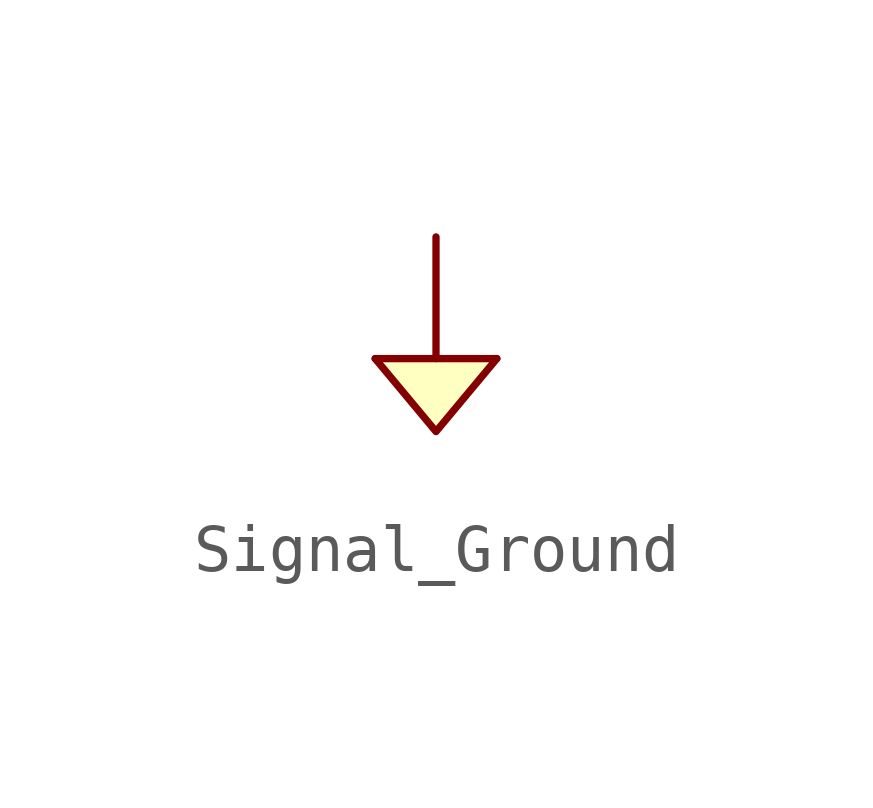
<source format=kicad_sym>
(kicad_symbol_lib
  (version 20231120)
  (generator "kicad_symbol_editor")
  (generator_version "8.0")
  (symbol "Signal_Ground"
    (power)
    (pin_numbers hide)
    (pin_names
      (offset 0) hide)
    (property "Reference" "#PWR"
      (at -0.254 -2.794 0)
      (effects (font (size 1.27 1.27)) (hide yes)))
    (property "Footprint" ""
      (at 0 2.54 0)
      (effects (font (size 1.524 1.524))))
    (property "Datasheet" ""
      (at -0.508 -2.286 0)
      (effects (font (size 1.524 1.524))))
    (symbol "Signal_Ground_0_1"
      (polyline (pts (xy 0 0) (xy 1.27 0)) (stroke (width 0) (type default)) (fill (type none)))
      (polyline (pts (xy -1.27 0) (xy 0 -1.524) (xy 1.27 0)) (stroke (width 0) (type default)) (fill (type background)))
      (polyline (pts (xy 0 2.54) (xy 0 0) (xy -1.27 0)) (stroke (width 0) (type default)) (fill (type none))))
    (symbol "Signal_Ground_1_1"
      (pin power_in line (at 0 2.54 90) (length 0) hide (name "Signal_Ground" (effects (font (size 1.27 1.27)))) (number "1" (effects (font (size 1.27 1.27))))))))
</source>
